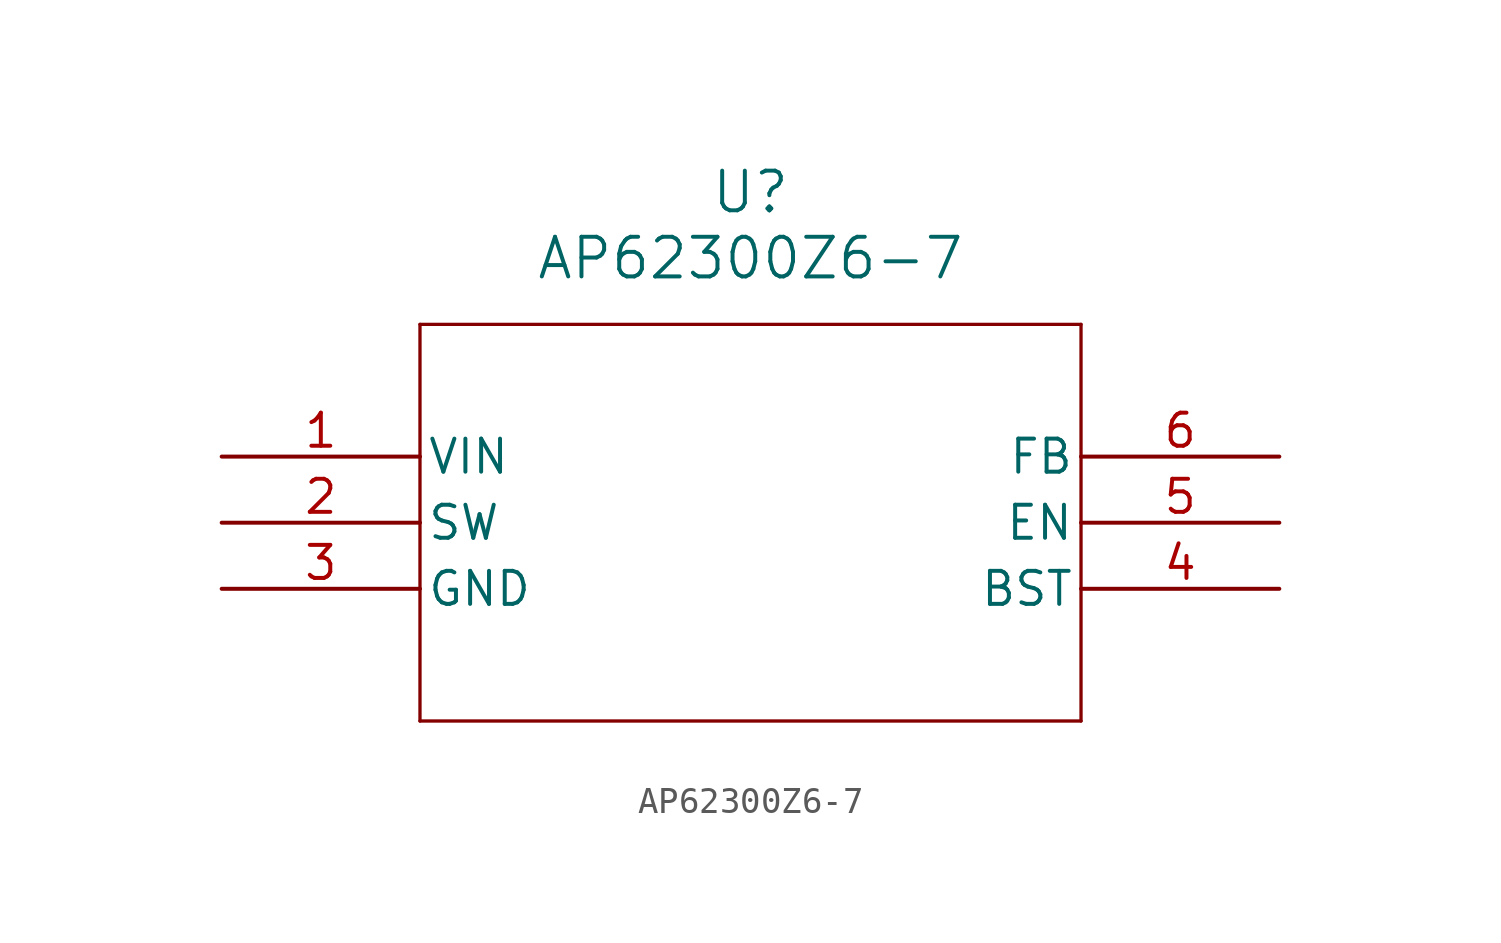
<source format=kicad_sym>
(kicad_symbol_lib
  (version 20220914)
  (generator kicad_symbol_editor)
  (symbol "AP62300Z6-7"
    (pin_names
      (offset 0.254))
    (property "Reference" "U"
      (at 20.32 10.16 0)
      (effects (font (size 1.524 1.524))))
    (property "Value" "AP62300Z6-7"
      (at 20.32 7.62 0)
      (effects (font (size 1.524 1.524))))
    (symbol "AP62300Z6-7_0_1"
      (polyline (pts (xy 7.62 -10.16) (xy 33.02 -10.16)) (stroke (width 0.127) (type default)) (fill (type none)))
      (polyline (pts (xy 7.62 5.08) (xy 7.62 -10.16)) (stroke (width 0.127) (type default)) (fill (type none)))
      (polyline (pts (xy 33.02 -10.16) (xy 33.02 5.08)) (stroke (width 0.127) (type default)) (fill (type none)))
      (polyline (pts (xy 33.02 5.08) (xy 7.62 5.08)) (stroke (width 0.127) (type default)) (fill (type none)))
      (pin power_in line (at 0 0 0) (length 7.62) (name "VIN" (effects (font (size 1.27 1.27)))) (number "1" (effects (font (size 1.27 1.27)))))
      (pin output line (at 0 -2.54 0) (length 7.62) (name "SW" (effects (font (size 1.27 1.27)))) (number "2" (effects (font (size 1.27 1.27)))))
      (pin power_out line (at 0 -5.08 0) (length 7.62) (name "GND" (effects (font (size 1.27 1.27)))) (number "3" (effects (font (size 1.27 1.27)))))
      (pin input line (at 40.64 -5.08 180) (length 7.62) (name "BST" (effects (font (size 1.27 1.27)))) (number "4" (effects (font (size 1.27 1.27)))))
      (pin input line (at 40.64 -2.54 180) (length 7.62) (name "EN" (effects (font (size 1.27 1.27)))) (number "5" (effects (font (size 1.27 1.27)))))
      (pin unspecified line (at 40.64 0 180) (length 7.62) (name "FB" (effects (font (size 1.27 1.27)))) (number "6" (effects (font (size 1.27 1.27))))))))
</source>
